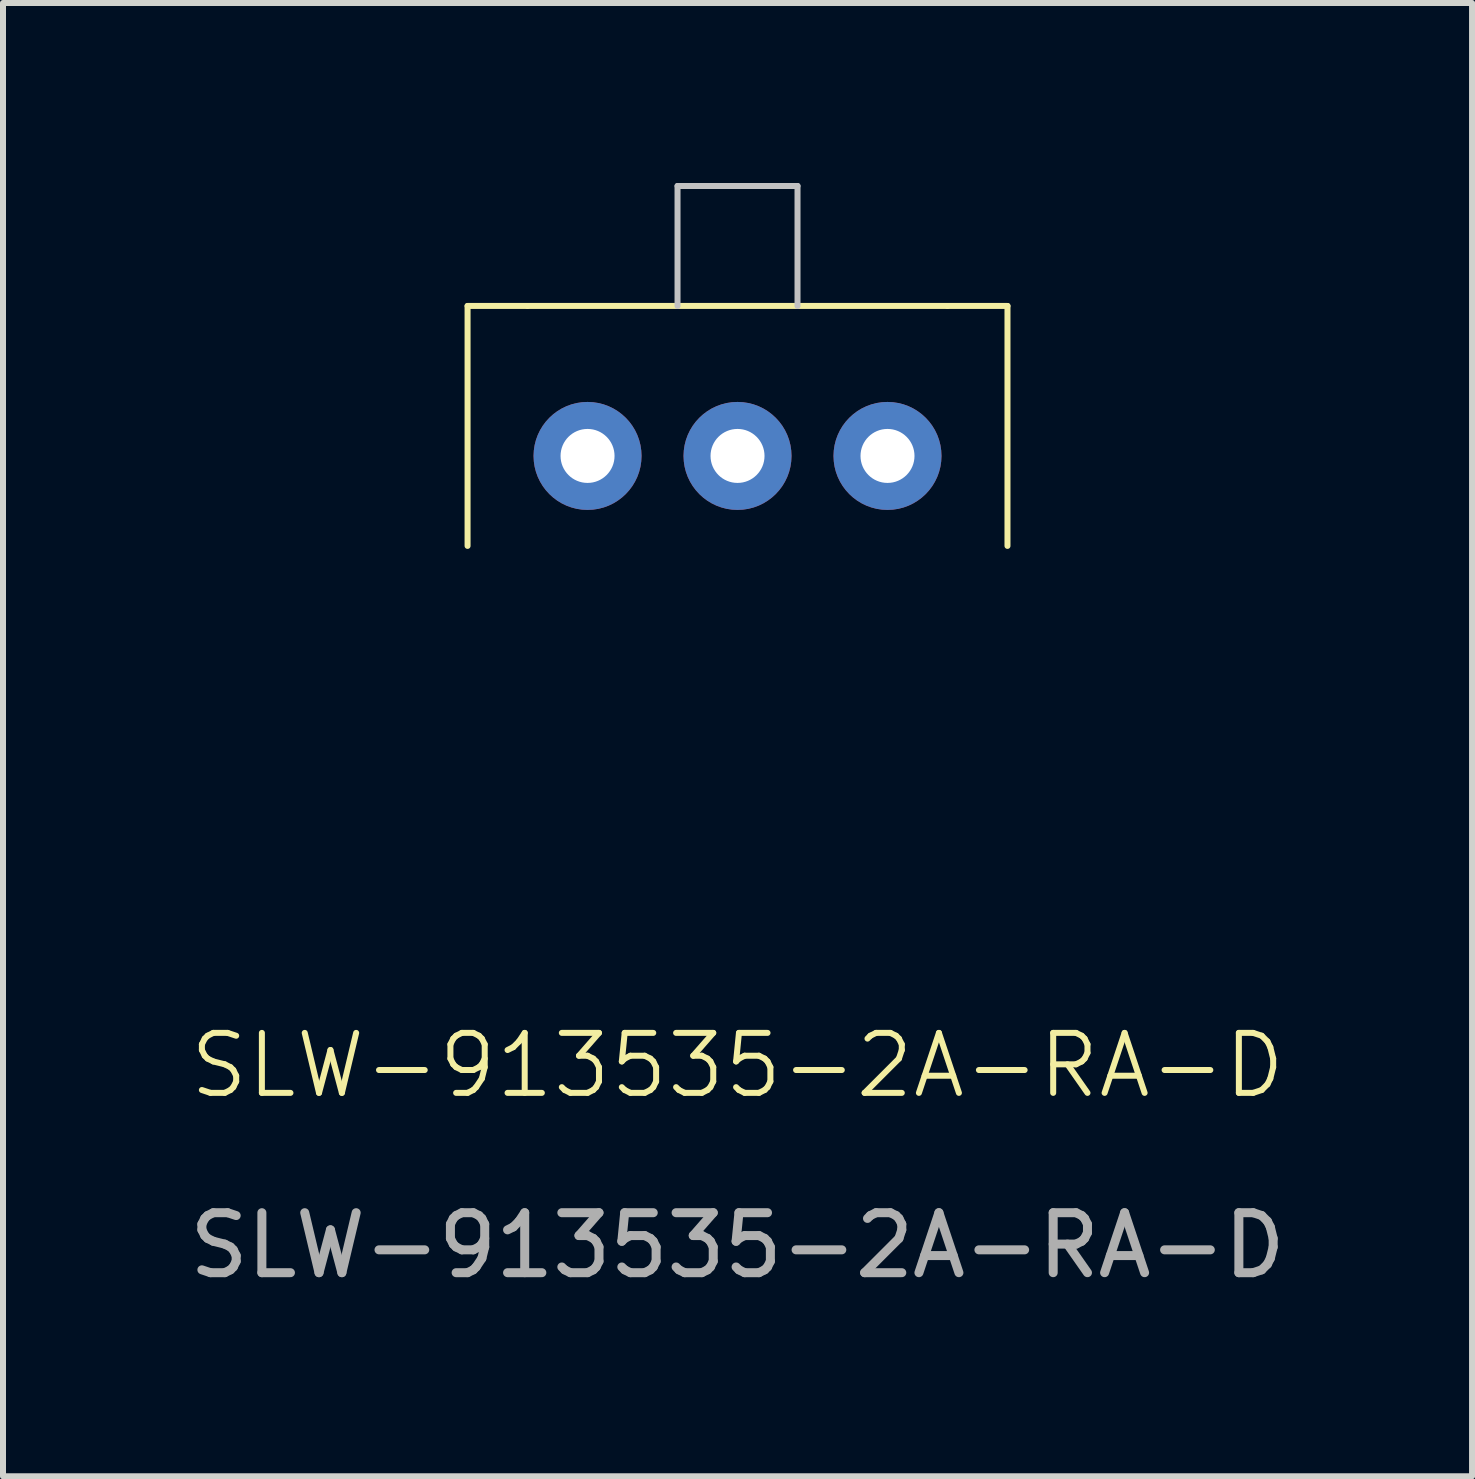
<source format=kicad_pcb>
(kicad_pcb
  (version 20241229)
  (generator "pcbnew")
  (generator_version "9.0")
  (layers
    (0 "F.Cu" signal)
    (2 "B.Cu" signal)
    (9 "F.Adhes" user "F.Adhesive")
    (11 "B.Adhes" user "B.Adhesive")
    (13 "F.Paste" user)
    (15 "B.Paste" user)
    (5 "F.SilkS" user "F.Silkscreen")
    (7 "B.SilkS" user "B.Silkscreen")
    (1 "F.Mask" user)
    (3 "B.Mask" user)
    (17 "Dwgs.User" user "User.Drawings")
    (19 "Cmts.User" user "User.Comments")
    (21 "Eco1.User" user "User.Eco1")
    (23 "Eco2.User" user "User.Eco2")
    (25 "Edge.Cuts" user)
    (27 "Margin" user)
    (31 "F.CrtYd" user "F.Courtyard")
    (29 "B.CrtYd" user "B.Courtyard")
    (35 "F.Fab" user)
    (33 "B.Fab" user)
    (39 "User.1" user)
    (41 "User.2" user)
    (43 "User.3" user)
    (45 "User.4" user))
  (footprint "SLW-913535-2A-RA-D"
    (layer "F.Cu")
    (at 9.244 4.55)
    (property "Reference" "SLW-913535-2A-RA-D" (at 0 10.16 0) (unlocked yes) (layer "F.SilkS") (effects (font (size 1 1) (thickness 0.1))))
    (attr through_hole)
    (fp_line (start -4.5 -2.5) (end -4.5 1.5) (stroke (width 0.1) (type default)) (layer "F.SilkS"))
    (fp_line (start -3.5 -2.5) (end -4.5 -2.5) (stroke (width 0.1) (type default)) (layer "F.SilkS"))
    (fp_line (start -3.5 -2.5) (end 3.5 -2.5) (stroke (width 0.1) (type default)) (layer "F.SilkS"))
    (fp_line (start 3.5 -2.5) (end 4.5 -2.5) (stroke (width 0.1) (type default)) (layer "F.SilkS"))
    (fp_line (start 4.5 -2.5) (end 4.5 1.5) (stroke (width 0.1) (type default)) (layer "F.SilkS"))
    (fp_line (start -1 -4.5) (end 1 -4.5) (stroke (width 0.1) (type default)) (layer "Dwgs.User"))
    (fp_line (start -1 -2.5) (end -1 -4.5) (stroke (width 0.1) (type default)) (layer "Dwgs.User"))
    (fp_line (start 1 -4.5) (end 1 -2.5) (stroke (width 0.1) (type default)) (layer "Dwgs.User"))
    (fp_text user "${REFERENCE}" (at 0 13.16 0) (unlocked yes) (layer "F.Fab") (effects (font (size 1 1) (thickness 0.15))))
    (pad "1" thru_hole circle (at -2.5 0) (size 1.8 1.8) (drill 0.9) (layers "*.Cu" "*.Mask"))
    (pad "2" thru_hole circle (at 0 0) (size 1.8 1.8) (drill 0.9) (layers "*.Cu" "*.Mask"))
    (pad "3" thru_hole circle (at 2.5 0) (size 1.8 1.8) (drill 0.9) (layers "*.Cu" "*.Mask")))
  (gr_rect
    (start -3 -3)
    (end 21.488 21.558)
    (stroke (width 0.1) (type default))
    (fill no)
    (layer "Edge.Cuts")))
</source>
